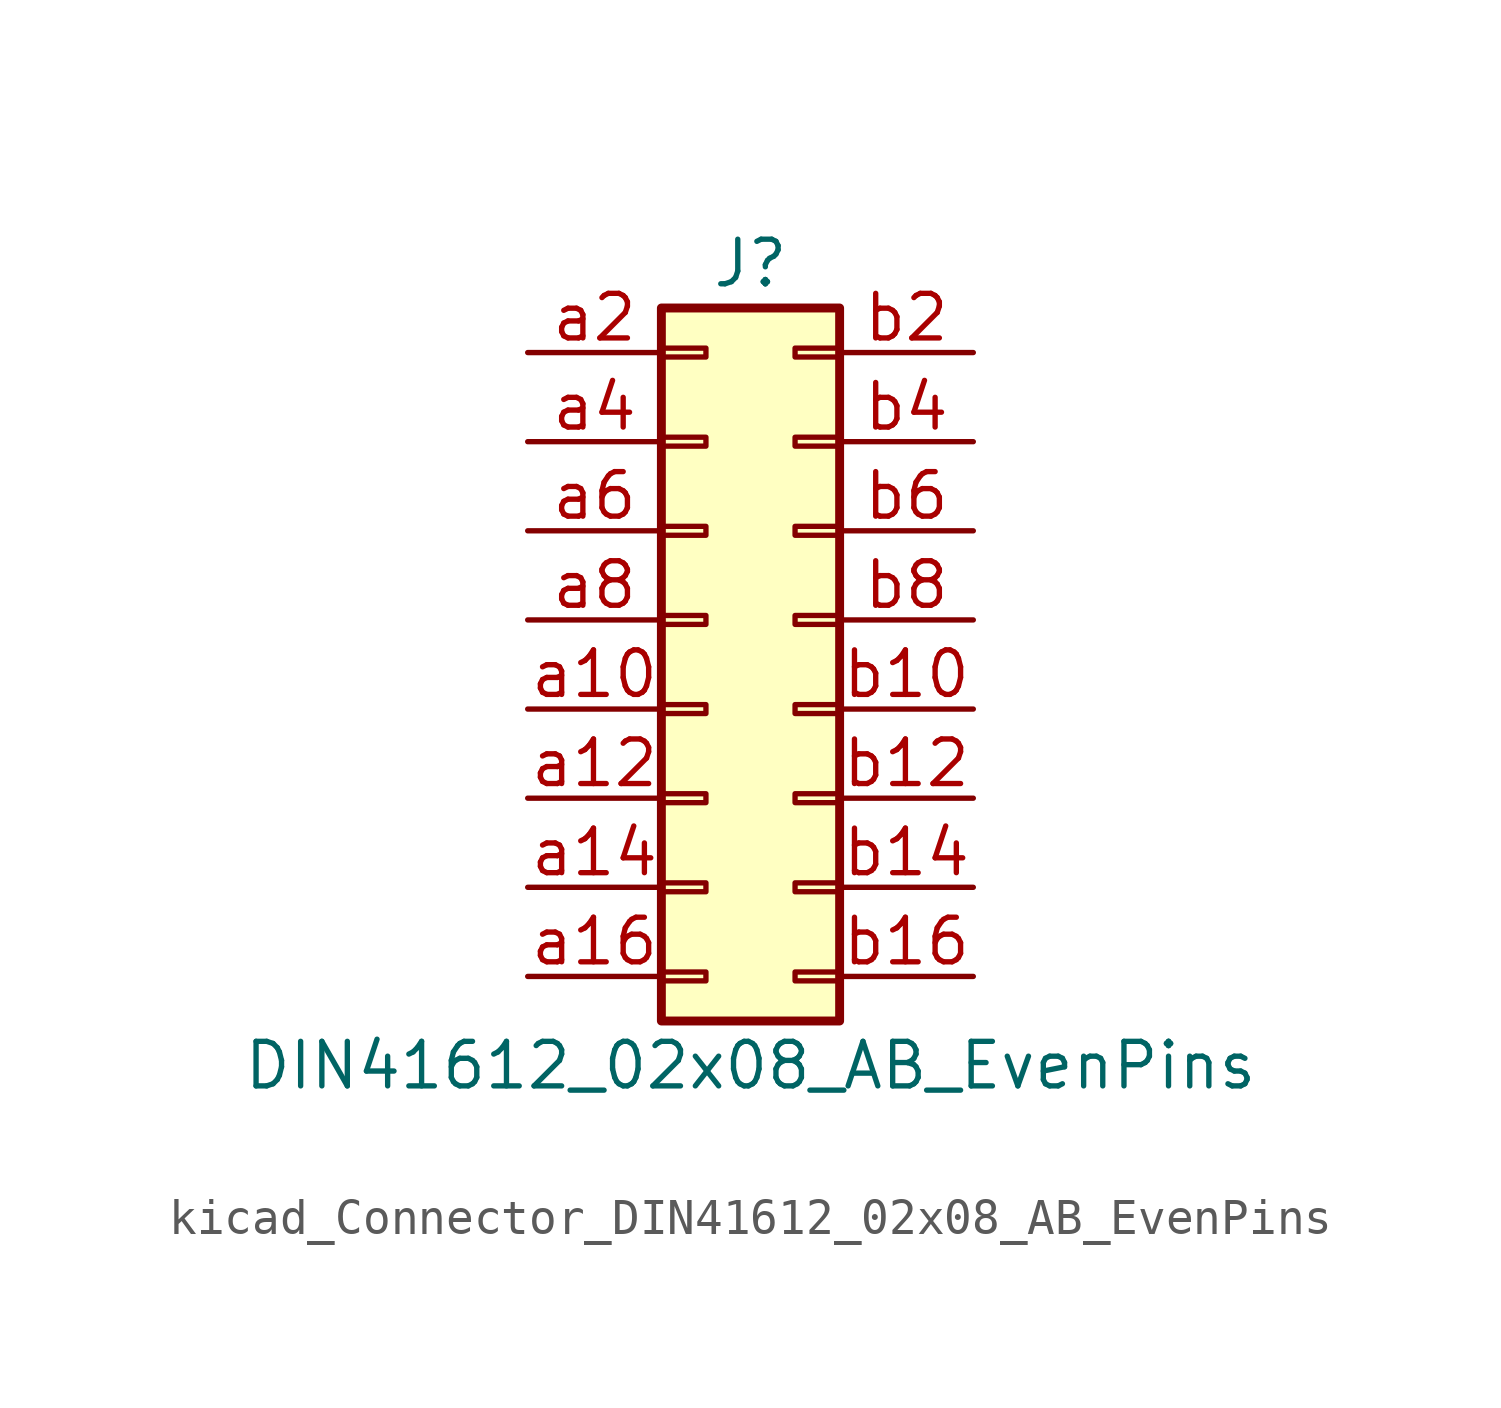
<source format=kicad_sym>
(kicad_symbol_lib
  (version 20220914)
  (generator kicad_symbol_editor)
  (symbol "kicad_Connector_DIN41612_02x08_AB_EvenPins"
    (pin_names
      (offset 1.016) hide)
    (property "Reference" "J"
      (at 1.27 10.16 0)
      (effects (font (size 1.27 1.27))))
    (property "Value" "DIN41612_02x08_AB_EvenPins"
      (at 1.27 -12.7 0)
      (effects (font (size 1.27 1.27))))
    (symbol "kicad_Connector_DIN41612_02x08_AB_EvenPins_1_1"
      (rectangle (start -1.27 -10.033) (end 0 -10.287) (stroke (width 0.152) (type default)) (fill (type none)))
      (rectangle (start -1.27 -7.493) (end 0 -7.747) (stroke (width 0.152) (type default)) (fill (type none)))
      (rectangle (start -1.27 -4.953) (end 0 -5.207) (stroke (width 0.152) (type default)) (fill (type none)))
      (rectangle (start -1.27 -2.413) (end 0 -2.667) (stroke (width 0.152) (type default)) (fill (type none)))
      (rectangle (start -1.27 0.127) (end 0 -0.127) (stroke (width 0.152) (type default)) (fill (type none)))
      (rectangle (start -1.27 2.667) (end 0 2.413) (stroke (width 0.152) (type default)) (fill (type none)))
      (rectangle (start -1.27 5.207) (end 0 4.953) (stroke (width 0.152) (type default)) (fill (type none)))
      (rectangle (start -1.27 7.747) (end 0 7.493) (stroke (width 0.152) (type default)) (fill (type none)))
      (rectangle (start -1.27 8.89) (end 3.81 -11.43) (stroke (width 0.254) (type default)) (fill (type background)))
      (rectangle (start 3.81 -10.033) (end 2.54 -10.287) (stroke (width 0.152) (type default)) (fill (type none)))
      (rectangle (start 3.81 -7.493) (end 2.54 -7.747) (stroke (width 0.152) (type default)) (fill (type none)))
      (rectangle (start 3.81 -4.953) (end 2.54 -5.207) (stroke (width 0.152) (type default)) (fill (type none)))
      (rectangle (start 3.81 -2.413) (end 2.54 -2.667) (stroke (width 0.152) (type default)) (fill (type none)))
      (rectangle (start 3.81 0.127) (end 2.54 -0.127) (stroke (width 0.152) (type default)) (fill (type none)))
      (rectangle (start 3.81 2.667) (end 2.54 2.413) (stroke (width 0.152) (type default)) (fill (type none)))
      (rectangle (start 3.81 5.207) (end 2.54 4.953) (stroke (width 0.152) (type default)) (fill (type none)))
      (rectangle (start 3.81 7.747) (end 2.54 7.493) (stroke (width 0.152) (type default)) (fill (type none)))
      (pin passive line (at -5.08 -2.54 0) (length 3.81) (name "Pin_a10" (effects (font (size 1.27 1.27)))) (number "a10" (effects (font (size 1.27 1.27)))))
      (pin passive line (at -5.08 -5.08 0) (length 3.81) (name "Pin_a12" (effects (font (size 1.27 1.27)))) (number "a12" (effects (font (size 1.27 1.27)))))
      (pin passive line (at -5.08 -7.62 0) (length 3.81) (name "Pin_a14" (effects (font (size 1.27 1.27)))) (number "a14" (effects (font (size 1.27 1.27)))))
      (pin passive line (at -5.08 -10.16 0) (length 3.81) (name "Pin_a16" (effects (font (size 1.27 1.27)))) (number "a16" (effects (font (size 1.27 1.27)))))
      (pin passive line (at -5.08 7.62 0) (length 3.81) (name "Pin_a2" (effects (font (size 1.27 1.27)))) (number "a2" (effects (font (size 1.27 1.27)))))
      (pin passive line (at -5.08 5.08 0) (length 3.81) (name "Pin_a4" (effects (font (size 1.27 1.27)))) (number "a4" (effects (font (size 1.27 1.27)))))
      (pin passive line (at -5.08 2.54 0) (length 3.81) (name "Pin_a6" (effects (font (size 1.27 1.27)))) (number "a6" (effects (font (size 1.27 1.27)))))
      (pin passive line (at -5.08 0 0) (length 3.81) (name "Pin_a8" (effects (font (size 1.27 1.27)))) (number "a8" (effects (font (size 1.27 1.27)))))
      (pin passive line (at 7.62 -2.54 180) (length 3.81) (name "Pin_b10" (effects (font (size 1.27 1.27)))) (number "b10" (effects (font (size 1.27 1.27)))))
      (pin passive line (at 7.62 -5.08 180) (length 3.81) (name "Pin_b12" (effects (font (size 1.27 1.27)))) (number "b12" (effects (font (size 1.27 1.27)))))
      (pin passive line (at 7.62 -7.62 180) (length 3.81) (name "Pin_b14" (effects (font (size 1.27 1.27)))) (number "b14" (effects (font (size 1.27 1.27)))))
      (pin passive line (at 7.62 -10.16 180) (length 3.81) (name "Pin_b16" (effects (font (size 1.27 1.27)))) (number "b16" (effects (font (size 1.27 1.27)))))
      (pin passive line (at 7.62 7.62 180) (length 3.81) (name "Pin_b2" (effects (font (size 1.27 1.27)))) (number "b2" (effects (font (size 1.27 1.27)))))
      (pin passive line (at 7.62 5.08 180) (length 3.81) (name "Pin_b4" (effects (font (size 1.27 1.27)))) (number "b4" (effects (font (size 1.27 1.27)))))
      (pin passive line (at 7.62 2.54 180) (length 3.81) (name "Pin_b6" (effects (font (size 1.27 1.27)))) (number "b6" (effects (font (size 1.27 1.27)))))
      (pin passive line (at 7.62 0 180) (length 3.81) (name "Pin_b8" (effects (font (size 1.27 1.27)))) (number "b8" (effects (font (size 1.27 1.27))))))))
</source>
